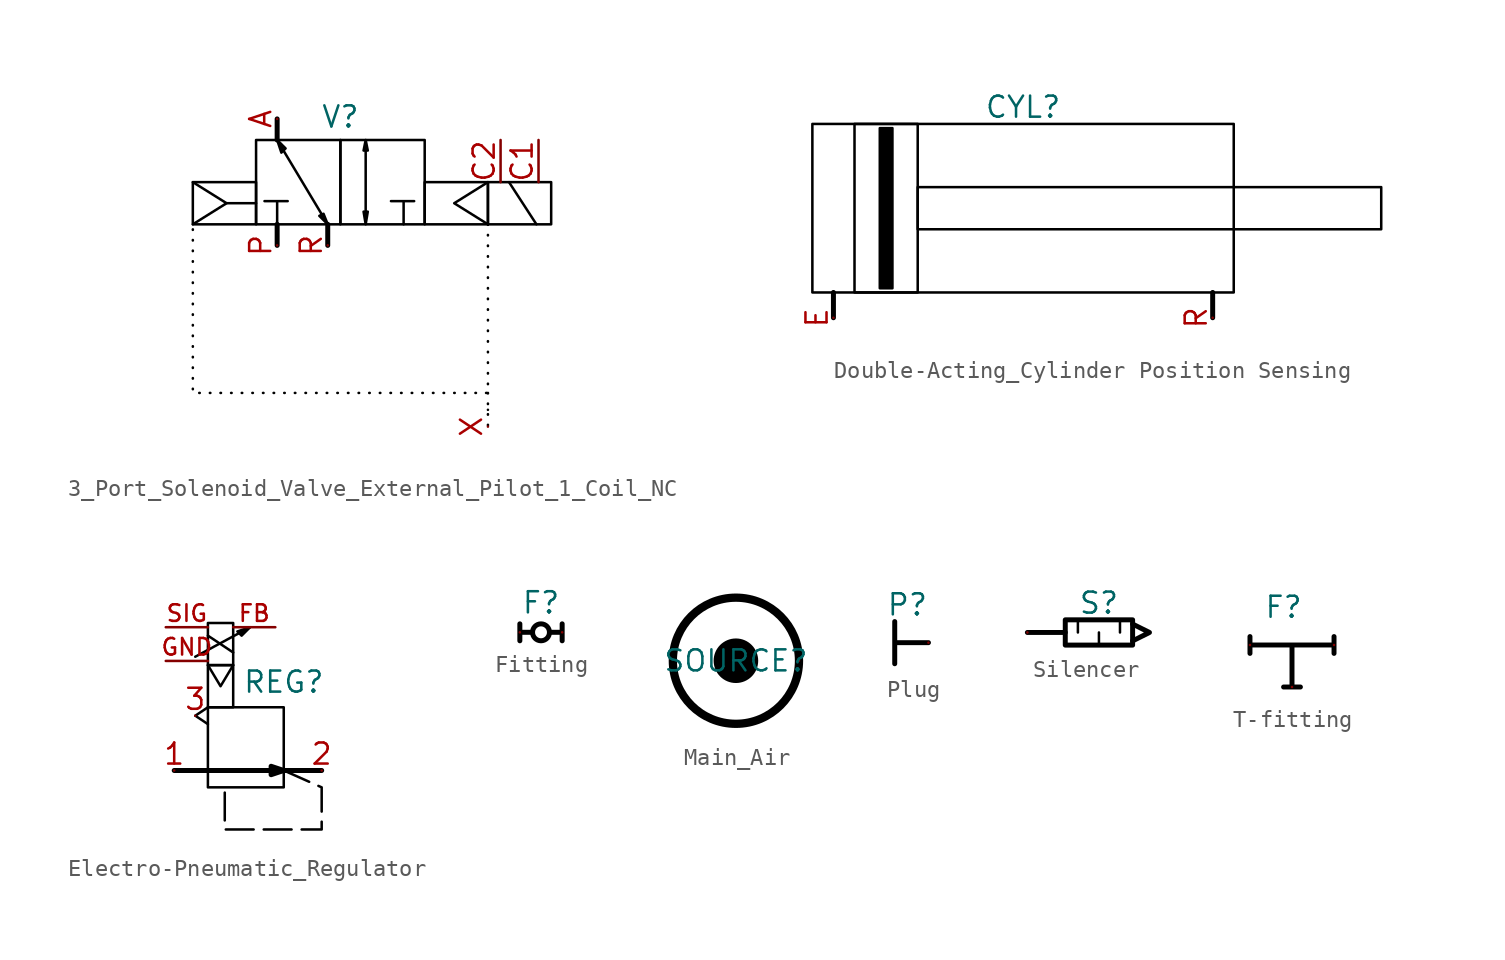
<source format=kicad_sym>
(kicad_symbol_lib
  (version 20220914)
  (generator kicad_symbol_editor)
  (symbol "3_Port_Solenoid_Valve_External_Pilot_1_Coil_NC"
    (property "Reference" "V"
      (at 0 3.937 0)
      (effects (font (size 1.27 1.27))))
    (property "Value" ""
      (at 0 0 0)
      (effects (font (size 1.27 1.27))))
    (symbol "3_Port_Solenoid_Valve_External_Pilot_1_Coil_NC_1_1"
      (rectangle (start -8.89 0) (end -5.08 -2.54) (stroke (width 0) (type default) (color 0 0 0 1)) (fill (type none)))
      (rectangle (start -5.08 2.54) (end 0 -2.54) (stroke (width 0) (type default) (color 0 0 0 1)) (fill (type none)))
      (polyline (pts (xy -6.858 -1.27) (xy -5.08 -1.27)) (stroke (width 0) (type default) (color 0 0 0 1)) (fill (type none)))
      (polyline (pts (xy -3.81 -3.81) (xy -3.81 -2.54)) (stroke (width 0.3) (type default) (color 0 0 0 1)) (fill (type none)))
      (polyline (pts (xy -3.81 2.54) (xy -3.81 3.81)) (stroke (width 0.3) (type default) (color 0 0 0 1)) (fill (type none)))
      (polyline (pts (xy -0.762 -3.81) (xy -0.762 -2.54)) (stroke (width 0.3) (type default) (color 0 0 0 1)) (fill (type none)))
      (polyline (pts (xy 8.89 -13.716) (xy 8.89 -13.716)) (stroke (width 0) (type default) (color 0 0 0 1)) (fill (type none)))
      (polyline (pts (xy 8.89 -12.7) (xy 8.89 -14.732)) (stroke (width 0) (type dot) (color 0 0 0 1)) (fill (type none)))
      (polyline (pts (xy 10.16 0) (xy 11.811 -2.54)) (stroke (width 0) (type default) (color 0 0 0 1)) (fill (type none)))
      (polyline (pts (xy -8.89 0) (xy -6.858 -1.27) (xy -8.89 -2.54)) (stroke (width 0) (type default) (color 0 0 0 1)) (fill (type none)))
      (polyline (pts (xy 8.89 0) (xy 6.858 -1.27) (xy 8.89 -2.54)) (stroke (width 0) (type default) (color 0 0 0 1)) (fill (type none)))
      (polyline (pts (xy -3.81 -2.54) (xy -3.81 -1.143) (xy -4.572 -1.143) (xy -3.175 -1.143)) (stroke (width 0) (type default) (color 0 0 0 1)) (fill (type none)))
      (polyline (pts (xy 3.81 -2.54) (xy 3.81 -1.143) (xy 3.048 -1.143) (xy 4.445 -1.143)) (stroke (width 0) (type default) (color 0 0 0 1)) (fill (type none)))
      (polyline (pts (xy 8.89 -2.54) (xy 8.89 -12.7) (xy -8.89 -12.7) (xy -8.89 -2.413)) (stroke (width 0) (type dot) (color 0 0 0 1)) (fill (type none)))
      (polyline (pts (xy -0.762 -2.54) (xy -1.27 -2.032) (xy -1.016 -1.905) (xy -0.762 -2.54) (xy -3.81 2.54) (xy -3.556 1.778) (xy -3.302 2.032) (xy -3.81 2.54)) (stroke (width 0) (type default) (color 0 0 0 1)) (fill (type none)))
      (polyline (pts (xy 1.524 -2.54) (xy 1.397 -1.778) (xy 1.651 -1.778) (xy 1.524 -2.54) (xy 1.524 2.54) (xy 1.397 1.905) (xy 1.651 1.905) (xy 1.524 2.54)) (stroke (width 0) (type default) (color 0 0 0 1)) (fill (type none)))
      (rectangle (start 0 2.54) (end 5.08 -2.54) (stroke (width 0) (type default) (color 0 0 0 1)) (fill (type none)))
      (rectangle (start 5.08 0) (end 8.89 -2.54) (stroke (width 0) (type default) (color 0 0 0 1)) (fill (type none)))
      (rectangle (start 8.89 0) (end 12.7 -2.54) (stroke (width 0) (type default) (color 0 0 0 1)) (fill (type none)))
      (pin bidirectional line (at -3.81 3.81 270) (length 0) (name "" (effects (font (size 1.27 1.27)))) (number "A" (effects (font (size 1.27 1.27)))) (alternate "2" bidirectional line))
      (pin passive line (at 11.938 2.54 270) (length 2.54) (name "" (effects (font (size 1.27 1.27)))) (number "C1" (effects (font (size 1.27 1.27)))))
      (pin passive line (at 9.652 2.54 270) (length 2.54) (name "" (effects (font (size 1.27 1.27)))) (number "C2" (effects (font (size 1.27 1.27)))))
      (pin bidirectional line (at -3.81 -3.81 90) (length 0) (name "" (effects (font (size 1.27 1.27)))) (number "P" (effects (font (size 1.27 1.27)))) (alternate "1" bidirectional line))
      (pin bidirectional line (at -0.762 -3.81 90) (length 0) (name "" (effects (font (size 1.27 1.27)))) (number "R" (effects (font (size 1.27 1.27)))) (alternate "3" bidirectional line))
      (pin output line (at 8.89 -14.732 90) (length 0) (name "" (effects (font (size 1.27 1.27)))) (number "X" (effects (font (size 1.27 1.27)))))))
  (symbol "Double-Acting_Cylinder Position Sensing"
    (property "Reference" "CYL"
      (at 0 6.096 0)
      (effects (font (size 1.27 1.27))))
    (property "Value" ""
      (at 0 0 0)
      (effects (font (size 1.27 1.27))))
    (symbol "Double-Acting_Cylinder Position Sensing_1_1"
      (rectangle (start -12.7 5.08) (end 12.7 -5.08) (stroke (width 0) (type default) (color 0 0 0 1)) (fill (type none)))
      (rectangle (start -10.16 5.08) (end -6.35 -5.08) (stroke (width 0) (type default) (color 0 0 0 1)) (fill (type none)))
      (rectangle (start -8.636 4.826) (end -7.874 -4.826) (stroke (width 0) (type default) (color 0 0 0 1)) (fill (type outline)))
      (rectangle (start -6.35 1.27) (end 21.59 -1.27) (stroke (width 0) (type default) (color 0 0 0 1)) (fill (type none)))
      (polyline (pts (xy -11.43 -5.08) (xy -11.43 -6.35) (xy -11.43 -6.604)) (stroke (width 0.3) (type default) (color 0 0 0 1)) (fill (type none)))
      (polyline (pts (xy 11.43 -5.08) (xy 11.43 -6.35) (xy 11.43 -6.604)) (stroke (width 0.3) (type default) (color 0 0 0 1)) (fill (type none)))
      (pin bidirectional line (at -11.43 -6.604 90) (length 0) (name "" (effects (font (size 1.27 1.27)))) (number "E" (effects (font (size 1.27 1.27)))) (alternate "EXTEND" bidirectional line))
      (pin bidirectional line (at 11.43 -6.604 90) (length 0) (name "" (effects (font (size 1.27 1.27)))) (number "R" (effects (font (size 1.27 1.27)))) (alternate "RETRACT" bidirectional line))))
  (symbol "Electro-Pneumatic_Regulator"
    (property "Reference" "REG"
      (at 2.54 5.334 0)
      (effects (font (size 1.27 1.27))))
    (property "Value" ""
      (at 0 0 0)
      (effects (font (size 1.27 1.27))))
    (symbol "Electro-Pneumatic_Regulator_1_1"
      (rectangle (start -2.032 3.81) (end 2.54 -1.016) (stroke (width 0) (type default) (color 0 0 0 1)) (fill (type none)))
      (rectangle (start -2.032 6.35) (end -0.508 3.81) (stroke (width 0) (type default) (color 0 0 0 1)) (fill (type none)))
      (rectangle (start -2.032 8.89) (end -0.508 6.35) (stroke (width 0) (type default) (color 0 0 0 1)) (fill (type none)))
      (polyline (pts (xy -4.064 0) (xy 4.826 0)) (stroke (width 0.3) (type default) (color 0 0 0 1)) (fill (type none)))
      (polyline (pts (xy -2.032 8.128) (xy -0.508 7.112)) (stroke (width 0) (type default) (color 0 0 0 1)) (fill (type none)))
      (polyline (pts (xy -2.794 6.858) (xy 0.508 8.636) (xy 0.508 8.636)) (stroke (width 0) (type default) (color 0 0 0 1)) (fill (type none)))
      (polyline (pts (xy -2.032 3.81) (xy -2.794 3.302) (xy -2.032 2.794)) (stroke (width 0) (type default) (color 0 0 0 1)) (fill (type none)))
      (polyline (pts (xy -2.032 6.35) (xy -1.27 5.08) (xy -0.508 6.35)) (stroke (width 0) (type default) (color 0 0 0 1)) (fill (type none)))
      (polyline (pts (xy 0.508 8.636) (xy 0 8.128) (xy -0.254 8.382) (xy 0.508 8.636)) (stroke (width 0) (type default) (color 0 0 0 1)) (fill (type outline)))
      (polyline (pts (xy 2.54 0) (xy 1.778 -0.254) (xy 1.778 0.254) (xy 2.54 0)) (stroke (width 0.3) (type default) (color 0 0 0 1)) (fill (type outline)))
      (polyline (pts (xy 2.54 0) (xy 4.826 -1.016) (xy 4.826 -3.556) (xy -1.016 -3.556) (xy -1.016 -1.016)) (stroke (width 0) (type dash) (color 0 0 0 1)) (fill (type none)))
      (pin input line (at -4.064 0 0) (length 0) (name "" (effects (font (size 1.27 1.27)))) (number "1" (effects (font (size 1.27 1.27)))))
      (pin bidirectional line (at 4.826 0 180) (length 0) (name "" (effects (font (size 1.27 1.27)))) (number "2" (effects (font (size 1.27 1.27)))))
      (pin passive line (at -2.794 3.302 0) (length 0) (name "" (effects (font (size 1.27 1.27)))) (number "3" (effects (font (size 1.27 1.27)))))
      (pin passive line (at 2.032 8.636 180) (length 2.54) (name "" (effects (font (size 1 1)))) (number "FB" (effects (font (size 1 1)))) (alternate "." no_connect non_logic) (alternate "Feedback" passive line))
      (pin passive line (at -4.572 6.604 0) (length 2.54) (name "" (effects (font (size 1 1)))) (number "GND" (effects (font (size 1 1)))) (alternate "Analog" passive line))
      (pin passive line (at -4.572 8.636 0) (length 2.54) (name "" (effects (font (size 1 1)))) (number "SIG" (effects (font (size 1 1)))) (alternate "Analog" passive line))))
  (symbol "Fitting"
    (property "Reference" "F"
      (at 0 1.778 0)
      (effects (font (size 1.27 1.27))))
    (property "Value" ""
      (at 0 0 0)
      (effects (font (size 1.27 1.27))))
    (symbol "Fitting_1_1"
      (polyline (pts (xy -0.508 0) (xy -1.27 0) (xy -1.27 0.508) (xy -1.27 -0.508)) (stroke (width 0.3) (type default) (color 0 0 0 1)) (fill (type none)))
      (polyline (pts (xy 0.508 0) (xy 1.27 0) (xy 1.27 0.508) (xy 1.27 -0.508)) (stroke (width 0.3) (type default) (color 0 0 0 1)) (fill (type none)))
      (circle (center 0 0) (radius 0.508) (stroke (width 0.3) (type default) (color 0 0 0 1)) (fill (type none)))
      (pin passive line (at -1.27 0 0) (length 0) (name "" (effects (font (size 1 1)))) (number "" (effects (font (size 1 1)))))
      (pin passive line (at 1.27 0 180) (length 0) (name "" (effects (font (size 1 1)))) (number "" (effects (font (size 1 1)))))))
  (symbol "Main_Air"
    (property "Reference" "SOURCE"
      (at 0 0 0)
      (effects (font (size 1.27 1.27))))
    (property "Value" ""
      (at 0 0 0)
      (effects (font (size 1.27 1.27))))
    (symbol "Main_Air_1_1"
      (circle (center 0 0) (radius 1.27) (stroke (width 0) (type default) (color 0 0 0 1)) (fill (type outline)))
      (circle (center 0 0) (radius 3.81) (stroke (width 0.5) (type default) (color 0 0 0 1)) (fill (type none)))
      (pin output line (at 3.81 0 180) (length 0) (name "" (effects (font (size 1.27 1.27)))) (number "" (effects (font (size 1.27 1.27)))))))
  (symbol "Plug"
    (property "Reference" "P"
      (at -1.27 2.286 0)
      (effects (font (size 1.27 1.27))))
    (property "Value" ""
      (at 0 0 0)
      (effects (font (size 1.27 1.27))))
    (symbol "Plug_1_1"
      (polyline (pts (xy 0 0) (xy -2.032 0) (xy -2.032 1.27) (xy -2.032 -1.27)) (stroke (width 0.3) (type default) (color 0 0 0 1)) (fill (type none)))
      (pin passive line (at 0 0 180) (length 0) (name "" (effects (font (size 1.27 1.27)))) (number "" (effects (font (size 1.27 1.27)))))))
  (symbol "Silencer"
    (property "Reference" "S"
      (at 0 1.778 0)
      (effects (font (size 1.27 1.27))))
    (property "Value" ""
      (at 0 0 0)
      (effects (font (size 1.27 1.27))))
    (symbol "Silencer_1_1"
      (rectangle (start -2.032 0.762) (end 2.032 -0.762) (stroke (width 0.3) (type default) (color 0 0 0 1)) (fill (type none)))
      (polyline (pts (xy -2.032 0) (xy -4.318 0)) (stroke (width 0.3) (type default) (color 0 0 0 1)) (fill (type none)))
      (polyline (pts (xy -1.27 0.762) (xy -1.27 0)) (stroke (width 0) (type default) (color 0 0 0 1)) (fill (type none)))
      (polyline (pts (xy 0 -0.762) (xy 0 0)) (stroke (width 0) (type default) (color 0 0 0 1)) (fill (type none)))
      (polyline (pts (xy 1.27 0.762) (xy 1.27 0)) (stroke (width 0) (type default) (color 0 0 0 1)) (fill (type none)))
      (polyline (pts (xy 2.032 0.508) (xy 3.048 0) (xy 2.032 -0.508)) (stroke (width 0.3) (type default) (color 0 0 0 1)) (fill (type none)))
      (pin passive line (at -4.318 0 0) (length 0) (name "" (effects (font (size 1.27 1.27)))) (number "" (effects (font (size 1.27 1.27)))))))
  (symbol "T-fitting"
    (property "Reference" "F"
      (at -0.508 2.286 0)
      (effects (font (size 1.27 1.27))))
    (property "Value" ""
      (at 0 0 0)
      (effects (font (size 1.27 1.27))))
    (symbol "T-fitting_1_1"
      (polyline (pts (xy -2.54 0) (xy 2.54 0) (xy 2.54 0.508) (xy 2.54 -0.508) (xy 2.54 0) (xy 0 0) (xy 0 -2.54) (xy 0.508 -2.54) (xy -0.508 -2.54) (xy 0 -2.54) (xy 0 0) (xy -2.54 0) (xy -2.54 0.508) (xy -2.54 -0.508)) (stroke (width 0.3) (type default) (color 0 0 0 1)) (fill (type none)))
      (pin passive line (at -2.54 0 0) (length 0) (name "" (effects (font (size 1 1)))) (number "" (effects (font (size 1 1)))))
      (pin passive line (at 0 -2.54 90) (length 0) (name "" (effects (font (size 1 1)))) (number "" (effects (font (size 1 1)))))
      (pin passive line (at 2.54 0 180) (length 0) (name "" (effects (font (size 1 1)))) (number "" (effects (font (size 1 1))))))))
</source>
